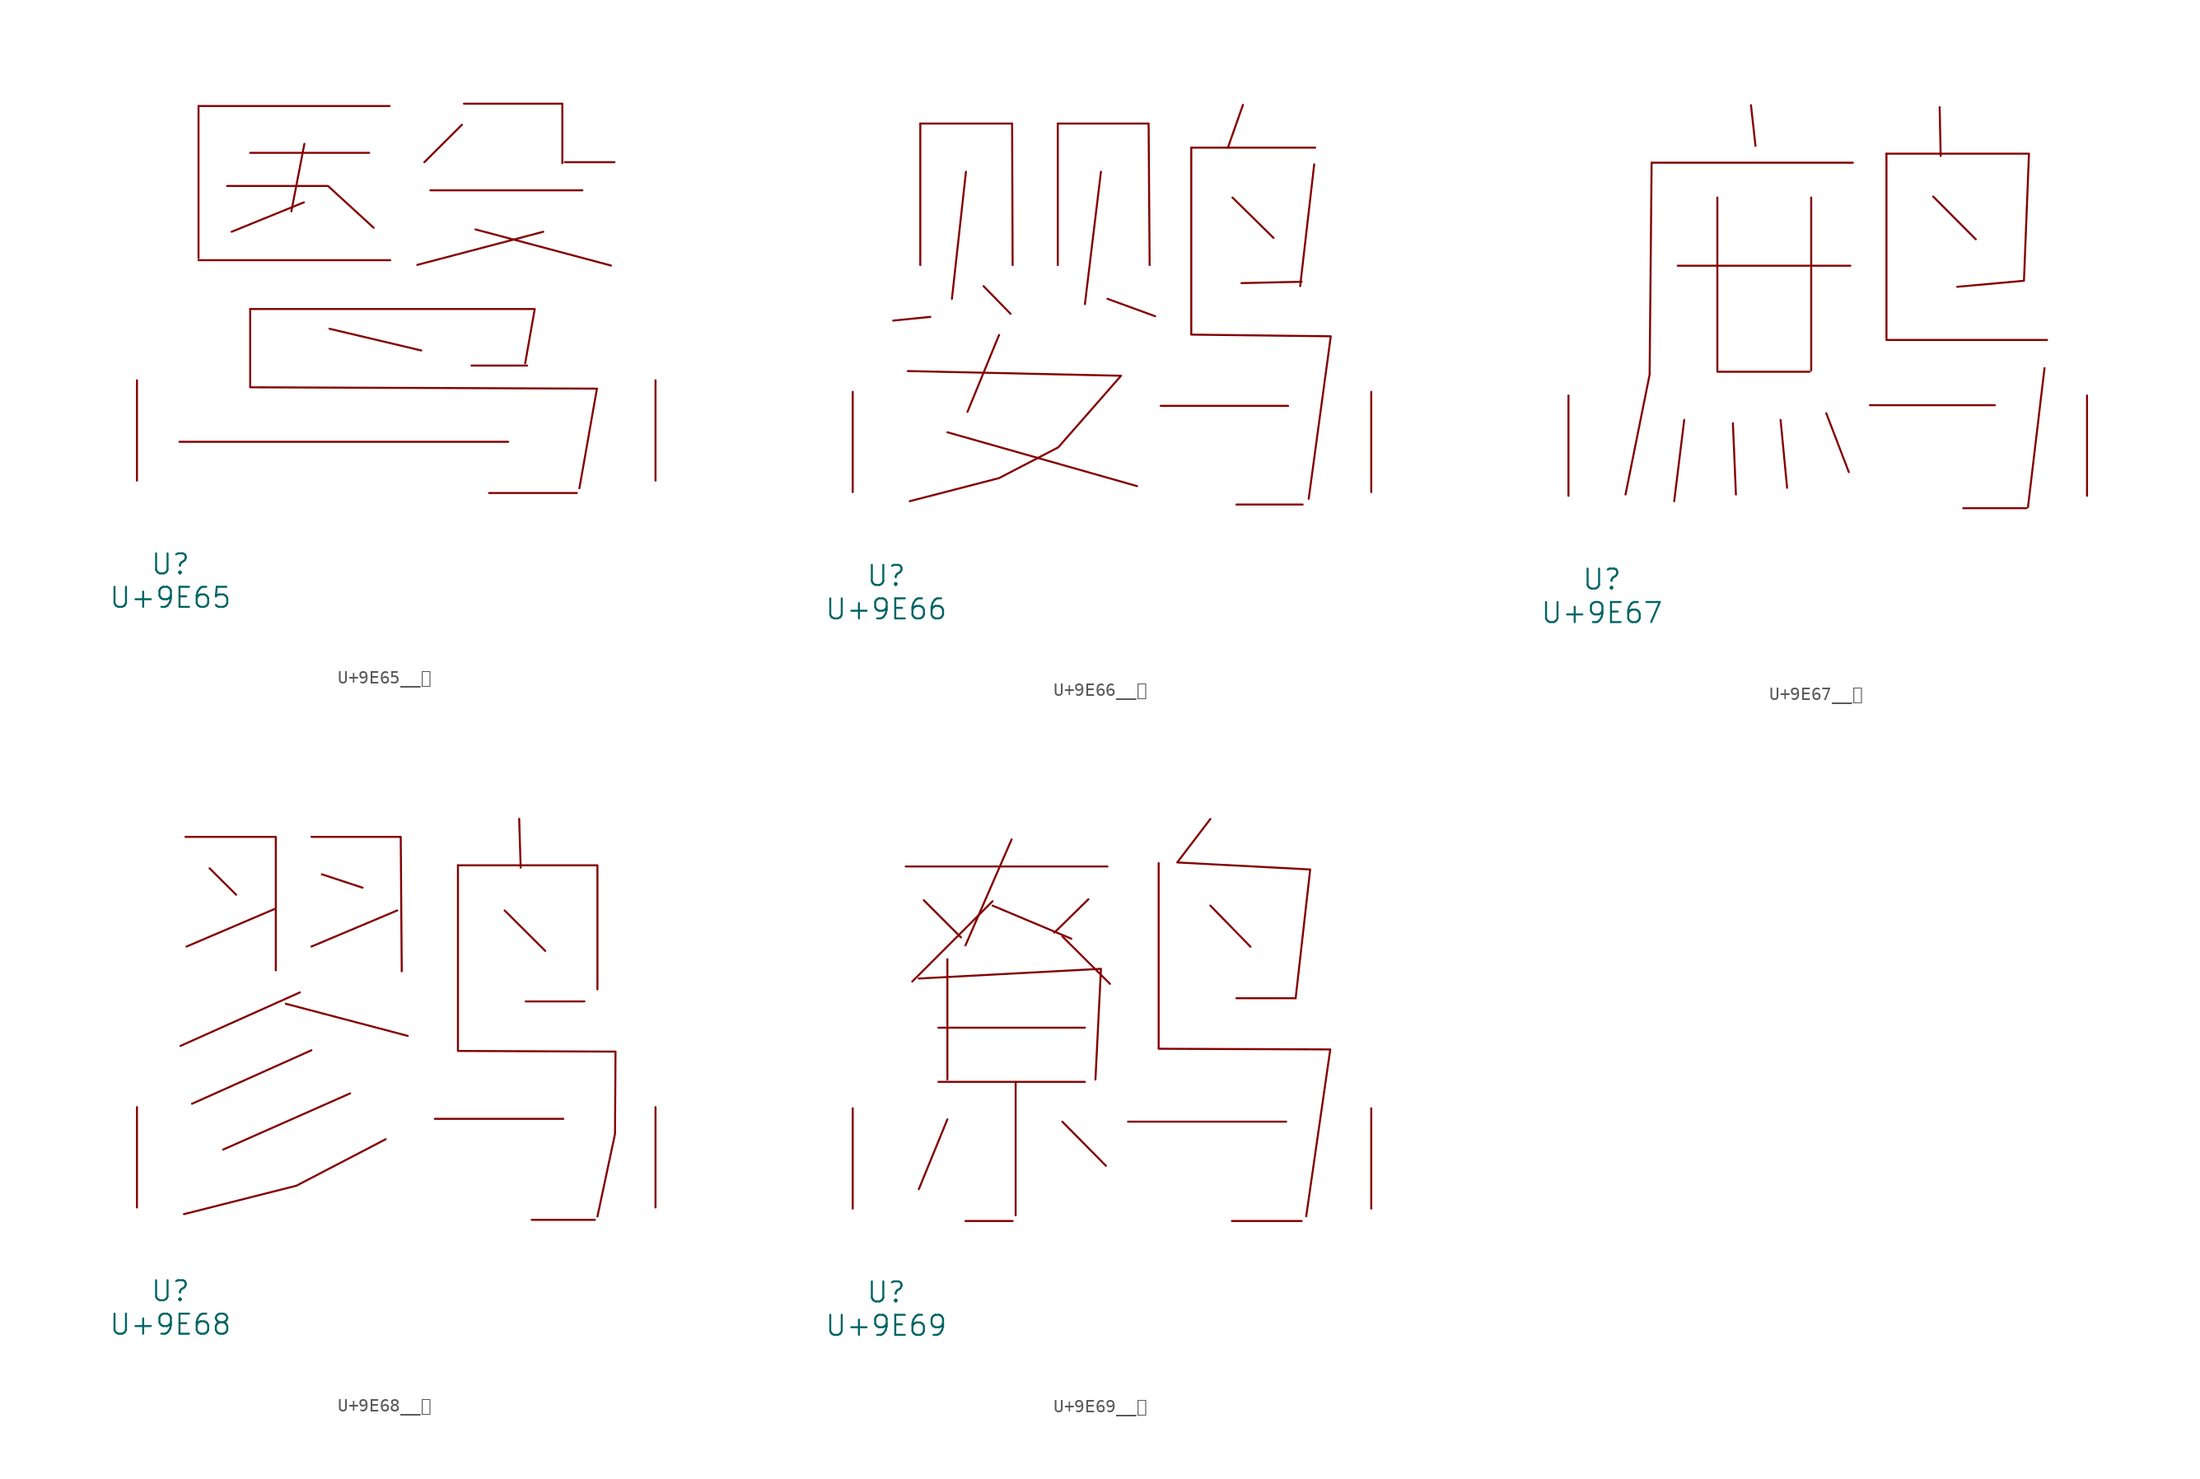
<source format=kicad_sym>
(kicad_symbol_lib
  (version 20231120)
  (generator "kicad_symbol_editor")
  (generator_version "8.0")
  (symbol "U+9E65__鹥"
    (pin_names
      (offset 1.016))
    (property "Reference" "U"
      (at 0 -6.35 0)
      (effects (font (size 1.524 1.524))))
    (property "Value" "U+9E65"
      (at 0 -8.89 0)
      (effects (font (size 1.524 1.524))))
    (symbol "U+9E65__鹥_0_1"
      (polyline (pts (xy 0.686 2.946) (xy 25.641 2.946)) (stroke (width 0) (type solid)) (fill (type none)))
      (polyline (pts (xy 2.134 16.739) (xy 16.688 16.739)) (stroke (width 0) (type solid)) (fill (type none)))
      (polyline (pts (xy 2.134 28.448) (xy 2.134 16.891)) (stroke (width 0) (type solid)) (fill (type none)))
      (polyline (pts (xy 2.134 28.448) (xy 16.65 28.448)) (stroke (width 0) (type solid)) (fill (type none)))
      (polyline (pts (xy 6.058 24.892) (xy 15.088 24.892)) (stroke (width 0) (type solid)) (fill (type none)))
      (polyline (pts (xy 10.135 21.133) (xy 4.648 18.898)) (stroke (width 0) (type solid)) (fill (type none)))
      (polyline (pts (xy 10.173 25.578) (xy 9.182 20.447)) (stroke (width 0) (type solid)) (fill (type none)))
      (polyline (pts (xy 12.078 11.532) (xy 19.05 9.881)) (stroke (width 0) (type solid)) (fill (type none)))
      (polyline (pts (xy 19.736 22.047) (xy 31.28 22.047)) (stroke (width 0) (type solid)) (fill (type none)))
      (polyline (pts (xy 22.136 27.026) (xy 19.279 24.181)) (stroke (width 0) (type solid)) (fill (type none)))
      (polyline (pts (xy 22.86 8.738) (xy 27.089 8.738)) (stroke (width 0) (type solid)) (fill (type none)))
      (polyline (pts (xy 23.165 19.075) (xy 33.452 16.332)) (stroke (width 0) (type solid)) (fill (type none)))
      (polyline (pts (xy 24.194 -0.94) (xy 30.861 -0.94)) (stroke (width 0) (type solid)) (fill (type none)))
      (polyline (pts (xy 28.308 18.898) (xy 18.745 16.383)) (stroke (width 0) (type solid)) (fill (type none)))
      (polyline (pts (xy 29.947 24.181) (xy 33.718 24.181)) (stroke (width 0) (type solid)) (fill (type none)))
      (polyline (pts (xy 4.305 22.377) (xy 11.963 22.377) (xy 15.431 19.202)) (stroke (width 0) (type solid)) (fill (type none)))
      (polyline (pts (xy 6.058 13.03) (xy 27.661 13.03) (xy 26.937 8.915)) (stroke (width 0) (type solid)) (fill (type none)))
      (polyline (pts (xy 22.288 28.626) (xy 29.756 28.626) (xy 29.756 24.105)) (stroke (width 0) (type solid)) (fill (type none)))
      (polyline (pts (xy 6.058 13.03) (xy 6.058 7.087) (xy 32.385 6.985) (xy 31.052 -0.584)) (stroke (width 0) (type solid)) (fill (type none)))
      (pin input line (at -2.54 0 90) (length 7.62) (name "~" (effects (font (size 1.27 1.27)))) (number "~" (effects (font (size 1.27 1.27)))))
      (pin input line (at 36.83 0 90) (length 7.62) (name "~" (effects (font (size 1.27 1.27)))) (number "~" (effects (font (size 1.27 1.27)))))))
  (symbol "U+9E66__鹦"
    (pin_names
      (offset 1.016))
    (property "Reference" "U"
      (at 0 -6.35 0)
      (effects (font (size 1.524 1.524))))
    (property "Value" "U+9E66"
      (at 0 -8.89 0)
      (effects (font (size 1.524 1.524))))
    (symbol "U+9E66__鹦_0_1"
      (polyline (pts (xy 2.591 27.991) (xy 2.591 17.247)) (stroke (width 0) (type solid)) (fill (type none)))
      (polyline (pts (xy 3.353 13.31) (xy 0.533 13.03)) (stroke (width 0) (type solid)) (fill (type none)))
      (polyline (pts (xy 4.648 4.547) (xy 19.05 0.457)) (stroke (width 0) (type solid)) (fill (type none)))
      (polyline (pts (xy 6.058 24.333) (xy 4.991 14.681)) (stroke (width 0) (type solid)) (fill (type none)))
      (polyline (pts (xy 7.391 15.646) (xy 9.449 13.538)) (stroke (width 0) (type solid)) (fill (type none)))
      (polyline (pts (xy 8.572 11.938) (xy 6.172 6.096)) (stroke (width 0) (type solid)) (fill (type none)))
      (polyline (pts (xy 13.03 27.991) (xy 13.03 17.247)) (stroke (width 0) (type solid)) (fill (type none)))
      (polyline (pts (xy 16.307 24.333) (xy 15.088 14.275)) (stroke (width 0) (type solid)) (fill (type none)))
      (polyline (pts (xy 16.802 14.681) (xy 20.422 13.36)) (stroke (width 0) (type solid)) (fill (type none)))
      (polyline (pts (xy 20.841 6.553) (xy 30.518 6.553)) (stroke (width 0) (type solid)) (fill (type none)))
      (polyline (pts (xy 23.165 26.162) (xy 32.575 26.162)) (stroke (width 0) (type solid)) (fill (type none)))
      (polyline (pts (xy 26.289 22.377) (xy 29.413 19.304)) (stroke (width 0) (type solid)) (fill (type none)))
      (polyline (pts (xy 26.594 -0.94) (xy 31.623 -0.94)) (stroke (width 0) (type solid)) (fill (type none)))
      (polyline (pts (xy 27.089 29.413) (xy 25.946 26.162)) (stroke (width 0) (type solid)) (fill (type none)))
      (polyline (pts (xy 31.547 15.977) (xy 26.975 15.875)) (stroke (width 0) (type solid)) (fill (type none)))
      (polyline (pts (xy 32.499 24.892) (xy 31.433 15.646)) (stroke (width 0) (type solid)) (fill (type none)))
      (polyline (pts (xy 2.591 27.991) (xy 9.563 27.991) (xy 9.601 17.247)) (stroke (width 0) (type solid)) (fill (type none)))
      (polyline (pts (xy 13.03 27.991) (xy 19.926 27.991) (xy 20.003 17.247)) (stroke (width 0) (type solid)) (fill (type none)))
      (polyline (pts (xy 23.165 26.162) (xy 23.165 11.963) (xy 33.757 11.836) (xy 32.08 -0.508)) (stroke (width 0) (type solid)) (fill (type none)))
      (polyline (pts (xy 1.638 9.195) (xy 17.831 8.839) (xy 13.068 3.404) (xy 8.572 1.067) (xy 1.791 -0.686)) (stroke (width 0) (type solid)) (fill (type none)))
      (pin input line (at -2.54 0 90) (length 7.62) (name "~" (effects (font (size 1.27 1.27)))) (number "~" (effects (font (size 1.27 1.27)))))
      (pin input line (at 36.83 0 90) (length 7.62) (name "~" (effects (font (size 1.27 1.27)))) (number "~" (effects (font (size 1.27 1.27)))))))
  (symbol "U+9E67__鹧"
    (pin_names
      (offset 1.016))
    (property "Reference" "U"
      (at 0 -6.35 0)
      (effects (font (size 1.524 1.524))))
    (property "Value" "U+9E67"
      (at 0 -8.89 0)
      (effects (font (size 1.524 1.524))))
    (symbol "U+9E67__鹧_0_1"
      (polyline (pts (xy 3.772 25.298) (xy 19.05 25.298)) (stroke (width 0) (type solid)) (fill (type none)))
      (polyline (pts (xy 5.753 17.475) (xy 18.86 17.475)) (stroke (width 0) (type solid)) (fill (type none)))
      (polyline (pts (xy 6.248 5.766) (xy 5.486 -0.406)) (stroke (width 0) (type solid)) (fill (type none)))
      (polyline (pts (xy 8.763 9.423) (xy 15.773 9.423)) (stroke (width 0) (type solid)) (fill (type none)))
      (polyline (pts (xy 8.763 22.657) (xy 8.763 9.525)) (stroke (width 0) (type solid)) (fill (type none)))
      (polyline (pts (xy 9.944 5.512) (xy 10.173 0.102)) (stroke (width 0) (type solid)) (fill (type none)))
      (polyline (pts (xy 11.316 29.667) (xy 11.659 26.568)) (stroke (width 0) (type solid)) (fill (type none)))
      (polyline (pts (xy 13.564 5.766) (xy 14.059 0.61)) (stroke (width 0) (type solid)) (fill (type none)))
      (polyline (pts (xy 15.888 22.657) (xy 15.888 9.525)) (stroke (width 0) (type solid)) (fill (type none)))
      (polyline (pts (xy 17.031 6.274) (xy 18.745 1.803)) (stroke (width 0) (type solid)) (fill (type none)))
      (polyline (pts (xy 20.345 6.883) (xy 29.832 6.883)) (stroke (width 0) (type solid)) (fill (type none)))
      (polyline (pts (xy 21.603 11.836) (xy 33.795 11.836)) (stroke (width 0) (type solid)) (fill (type none)))
      (polyline (pts (xy 21.603 25.984) (xy 21.603 11.938)) (stroke (width 0) (type solid)) (fill (type none)))
      (polyline (pts (xy 25.146 22.733) (xy 28.384 19.482)) (stroke (width 0) (type solid)) (fill (type none)))
      (polyline (pts (xy 25.641 29.515) (xy 25.718 25.806)) (stroke (width 0) (type solid)) (fill (type none)))
      (polyline (pts (xy 27.432 -0.94) (xy 32.233 -0.94)) (stroke (width 0) (type solid)) (fill (type none)))
      (polyline (pts (xy 33.604 9.703) (xy 32.347 -0.864)) (stroke (width 0) (type solid)) (fill (type none)))
      (polyline (pts (xy 3.772 25.298) (xy 3.619 9.195) (xy 1.791 0.102)) (stroke (width 0) (type solid)) (fill (type none)))
      (polyline (pts (xy 21.603 25.984) (xy 32.423 25.984) (xy 32.042 16.332) (xy 26.975 15.875)) (stroke (width 0) (type solid)) (fill (type none)))
      (pin input line (at -2.54 0 90) (length 7.62) (name "~" (effects (font (size 1.27 1.27)))) (number "~" (effects (font (size 1.27 1.27)))))
      (pin input line (at 36.83 0 90) (length 7.62) (name "~" (effects (font (size 1.27 1.27)))) (number "~" (effects (font (size 1.27 1.27)))))))
  (symbol "U+9E68__鹨"
    (pin_names
      (offset 1.016))
    (property "Reference" "U"
      (at 0 -6.35 0)
      (effects (font (size 1.524 1.524))))
    (property "Value" "U+9E68"
      (at 0 -8.89 0)
      (effects (font (size 1.524 1.524))))
    (symbol "U+9E68__鹨_0_1"
      (polyline (pts (xy 2.972 25.756) (xy 4.991 23.749)) (stroke (width 0) (type solid)) (fill (type none)))
      (polyline (pts (xy 7.887 22.657) (xy 1.219 19.812)) (stroke (width 0) (type solid)) (fill (type none)))
      (polyline (pts (xy 8.763 15.469) (xy 18.021 13.03)) (stroke (width 0) (type solid)) (fill (type none)))
      (polyline (pts (xy 9.83 16.332) (xy 0.762 12.268)) (stroke (width 0) (type solid)) (fill (type none)))
      (polyline (pts (xy 10.706 11.938) (xy 1.638 7.874)) (stroke (width 0) (type solid)) (fill (type none)))
      (polyline (pts (xy 11.506 25.298) (xy 14.592 24.282)) (stroke (width 0) (type solid)) (fill (type none)))
      (polyline (pts (xy 13.64 8.661) (xy 4 4.394)) (stroke (width 0) (type solid)) (fill (type none)))
      (polyline (pts (xy 17.221 22.555) (xy 10.706 19.812)) (stroke (width 0) (type solid)) (fill (type none)))
      (polyline (pts (xy 20.079 6.731) (xy 29.832 6.731)) (stroke (width 0) (type solid)) (fill (type none)))
      (polyline (pts (xy 25.375 22.555) (xy 28.461 19.482)) (stroke (width 0) (type solid)) (fill (type none)))
      (polyline (pts (xy 26.48 29.515) (xy 26.594 25.806)) (stroke (width 0) (type solid)) (fill (type none)))
      (polyline (pts (xy 26.975 15.646) (xy 31.433 15.646)) (stroke (width 0) (type solid)) (fill (type none)))
      (polyline (pts (xy 27.432 -0.94) (xy 32.233 -0.94)) (stroke (width 0) (type solid)) (fill (type none)))
      (polyline (pts (xy 1.143 28.143) (xy 8.001 28.143) (xy 8.001 18.009)) (stroke (width 0) (type solid)) (fill (type none)))
      (polyline (pts (xy 10.706 28.143) (xy 17.488 28.143) (xy 17.564 17.932)) (stroke (width 0) (type solid)) (fill (type none)))
      (polyline (pts (xy 16.345 5.182) (xy 9.563 1.651) (xy 1.029 -0.508)) (stroke (width 0) (type solid)) (fill (type none)))
      (polyline (pts (xy 21.831 25.984) (xy 32.423 25.984) (xy 32.423 16.561)) (stroke (width 0) (type solid)) (fill (type none)))
      (polyline (pts (xy 21.831 25.984) (xy 21.831 11.887) (xy 33.795 11.836) (xy 33.757 5.588) (xy 32.423 -0.686)) (stroke (width 0) (type solid)) (fill (type none)))
      (pin input line (at -2.54 0 90) (length 7.62) (name "~" (effects (font (size 1.27 1.27)))) (number "~" (effects (font (size 1.27 1.27)))))
      (pin input line (at 36.83 0 90) (length 7.62) (name "~" (effects (font (size 1.27 1.27)))) (number "~" (effects (font (size 1.27 1.27)))))))
  (symbol "U+9E69__鹩"
    (pin_names
      (offset 1.016))
    (property "Reference" "U"
      (at 0 -6.35 0)
      (effects (font (size 1.524 1.524))))
    (property "Value" "U+9E69"
      (at 0 -8.89 0)
      (effects (font (size 1.524 1.524))))
    (symbol "U+9E69__鹩_0_1"
      (polyline (pts (xy 1.486 25.984) (xy 16.802 25.984)) (stroke (width 0) (type solid)) (fill (type none)))
      (polyline (pts (xy 2.857 23.419) (xy 5.677 20.599)) (stroke (width 0) (type solid)) (fill (type none)))
      (polyline (pts (xy 3.962 9.627) (xy 15.088 9.627)) (stroke (width 0) (type solid)) (fill (type none)))
      (polyline (pts (xy 3.962 13.741) (xy 15.088 13.741)) (stroke (width 0) (type solid)) (fill (type none)))
      (polyline (pts (xy 4.648 6.782) (xy 2.477 1.473)) (stroke (width 0) (type solid)) (fill (type none)))
      (polyline (pts (xy 4.648 18.948) (xy 4.648 9.804)) (stroke (width 0) (type solid)) (fill (type none)))
      (polyline (pts (xy 6.02 -0.94) (xy 9.601 -0.94)) (stroke (width 0) (type solid)) (fill (type none)))
      (polyline (pts (xy 8.077 23.012) (xy 14.059 20.498)) (stroke (width 0) (type solid)) (fill (type none)))
      (polyline (pts (xy 8.077 23.343) (xy 1.981 17.247)) (stroke (width 0) (type solid)) (fill (type none)))
      (polyline (pts (xy 9.525 28.042) (xy 6.02 19.99)) (stroke (width 0) (type solid)) (fill (type none)))
      (polyline (pts (xy 9.83 9.627) (xy 9.83 -0.508)) (stroke (width 0) (type solid)) (fill (type none)))
      (polyline (pts (xy 13.373 6.604) (xy 16.688 3.251)) (stroke (width 0) (type solid)) (fill (type none)))
      (polyline (pts (xy 13.373 20.676) (xy 16.993 17.069)) (stroke (width 0) (type solid)) (fill (type none)))
      (polyline (pts (xy 15.354 23.495) (xy 12.764 20.955)) (stroke (width 0) (type solid)) (fill (type none)))
      (polyline (pts (xy 18.364 6.604) (xy 30.366 6.604)) (stroke (width 0) (type solid)) (fill (type none)))
      (polyline (pts (xy 24.613 23.012) (xy 27.661 19.888)) (stroke (width 0) (type solid)) (fill (type none)))
      (polyline (pts (xy 26.251 -0.94) (xy 31.547 -0.94)) (stroke (width 0) (type solid)) (fill (type none)))
      (polyline (pts (xy 26.594 15.977) (xy 31.09 15.977)) (stroke (width 0) (type solid)) (fill (type none)))
      (polyline (pts (xy 2.477 17.475) (xy 16.307 18.212) (xy 15.888 9.804)) (stroke (width 0) (type solid)) (fill (type none)))
      (polyline (pts (xy 20.688 26.238) (xy 20.688 12.141) (xy 33.718 12.09) (xy 31.89 -0.584)) (stroke (width 0) (type solid)) (fill (type none)))
      (polyline (pts (xy 24.613 29.591) (xy 22.098 26.289) (xy 32.194 25.756) (xy 31.09 15.977)) (stroke (width 0) (type solid)) (fill (type none)))
      (pin input line (at -2.54 0 90) (length 7.62) (name "~" (effects (font (size 1.27 1.27)))) (number "~" (effects (font (size 1.27 1.27)))))
      (pin input line (at 36.83 0 90) (length 7.62) (name "~" (effects (font (size 1.27 1.27)))) (number "~" (effects (font (size 1.27 1.27))))))))
</source>
